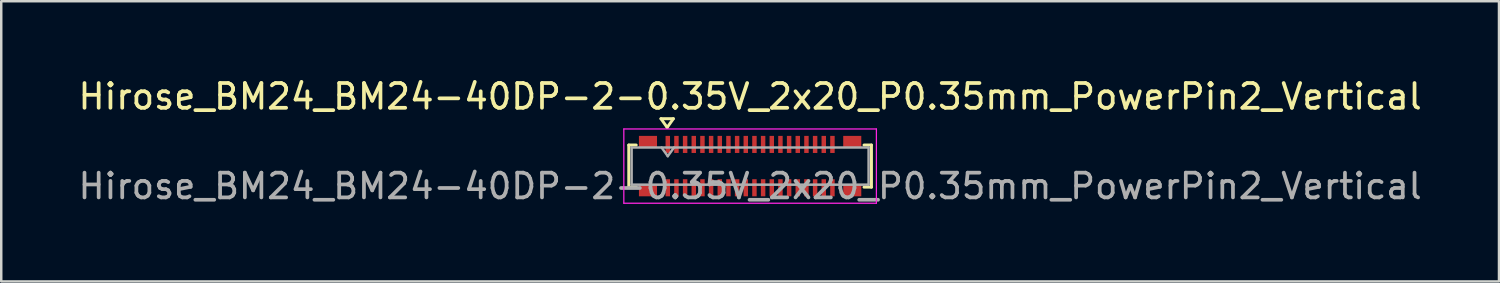
<source format=kicad_pcb>
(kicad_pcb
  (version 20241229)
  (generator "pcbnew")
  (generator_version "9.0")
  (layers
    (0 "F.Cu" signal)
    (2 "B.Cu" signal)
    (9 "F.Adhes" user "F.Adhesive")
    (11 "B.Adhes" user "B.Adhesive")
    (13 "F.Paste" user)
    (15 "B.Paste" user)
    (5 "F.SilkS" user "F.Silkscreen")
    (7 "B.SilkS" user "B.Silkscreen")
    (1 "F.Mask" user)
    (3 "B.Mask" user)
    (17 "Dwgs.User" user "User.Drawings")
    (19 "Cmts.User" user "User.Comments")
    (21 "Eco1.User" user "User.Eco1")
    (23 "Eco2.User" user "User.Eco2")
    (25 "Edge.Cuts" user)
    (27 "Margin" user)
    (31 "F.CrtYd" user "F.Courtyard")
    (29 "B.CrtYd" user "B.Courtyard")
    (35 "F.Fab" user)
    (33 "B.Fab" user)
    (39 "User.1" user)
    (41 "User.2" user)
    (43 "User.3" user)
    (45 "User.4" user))
  (footprint "Hirose_BM24_BM24-40DP-2-0.35V_2x20_P0.35mm_PowerPin2_Vertical"
    (layer "F.Cu")
    (at 27.244 3.658)
    (property "Reference" "Hirose_BM24_BM24-40DP-2-0.35V_2x20_P0.35mm_PowerPin2_Vertical" (at 0 -2.81 0) (layer "F.SilkS") (effects (font (size 1 1) (thickness 0.15))))
    (attr smd)
    (fp_line (start -4.9 -0.85) (end -4.9 0.85) (stroke (width 0.12) (type solid)) (layer "F.SilkS"))
    (fp_line (start -4.9 -0.85) (end -4.6 -0.85) (stroke (width 0.12) (type solid)) (layer "F.SilkS"))
    (fp_line (start -4.9 0.85) (end -4.6 0.85) (stroke (width 0.12) (type solid)) (layer "F.SilkS"))
    (fp_line (start -3.6 -1.914) (end -3.35 -1.56) (stroke (width 0.12) (type solid)) (layer "F.SilkS"))
    (fp_line (start -3.35 -1.56) (end -3.1 -1.914) (stroke (width 0.12) (type solid)) (layer "F.SilkS"))
    (fp_line (start -3.1 -1.914) (end -3.6 -1.914) (stroke (width 0.12) (type solid)) (layer "F.SilkS"))
    (fp_line (start 4.9 -0.85) (end 4.6 -0.85) (stroke (width 0.12) (type solid)) (layer "F.SilkS"))
    (fp_line (start 4.9 -0.85) (end 4.9 0.85) (stroke (width 0.12) (type solid)) (layer "F.SilkS"))
    (fp_line (start 4.9 0.85) (end 4.6 0.85) (stroke (width 0.12) (type solid)) (layer "F.SilkS"))
    (fp_line (start -5.1 -1.5) (end -5.1 1.5) (stroke (width 0.05) (type solid)) (layer "F.CrtYd"))
    (fp_line (start -5.1 1.5) (end 5.1 1.5) (stroke (width 0.05) (type solid)) (layer "F.CrtYd"))
    (fp_line (start 5.1 -1.5) (end -5.1 -1.5) (stroke (width 0.05) (type solid)) (layer "F.CrtYd"))
    (fp_line (start 5.1 1.5) (end 5.1 -1.5) (stroke (width 0.05) (type solid)) (layer "F.CrtYd"))
    (fp_line (start -4.785 -0.75) (end -4.785 0.75) (stroke (width 0.1) (type solid)) (layer "F.Fab"))
    (fp_line (start -4.785 -0.75) (end 4.785 -0.75) (stroke (width 0.1) (type solid)) (layer "F.Fab"))
    (fp_line (start -4.785 0.75) (end 4.785 0.75) (stroke (width 0.1) (type solid)) (layer "F.Fab"))
    (fp_line (start -3.575 -0.75) (end -3.325 -0.4) (stroke (width 0.1) (type solid)) (layer "F.Fab"))
    (fp_line (start -3.325 -0.4) (end -3.075 -0.75) (stroke (width 0.1) (type solid)) (layer "F.Fab"))
    (fp_line (start 4.785 -0.75) (end 4.785 0.75) (stroke (width 0.1) (type solid)) (layer "F.Fab"))
    (fp_text user "${REFERENCE}" (at 0 0.81 0) (layer "F.Fab") (effects (font (size 1 1) (thickness 0.15))))
    (pad "1" smd rect (at -3.325 -0.875) (size 0.18 0.69) (layers "F.Cu" "F.Mask" "F.Paste"))
    (pad "2" smd rect (at -3.325 0.875) (size 0.18 0.69) (layers "F.Cu" "F.Mask" "F.Paste"))
    (pad "3" smd rect (at -2.975 -0.875) (size 0.18 0.69) (layers "F.Cu" "F.Mask" "F.Paste"))
    (pad "4" smd rect (at -2.975 0.875) (size 0.18 0.69) (layers "F.Cu" "F.Mask" "F.Paste"))
    (pad "5" smd rect (at -2.625 -0.875) (size 0.18 0.69) (layers "F.Cu" "F.Mask" "F.Paste"))
    (pad "6" smd rect (at -2.625 0.875) (size 0.18 0.69) (layers "F.Cu" "F.Mask" "F.Paste"))
    (pad "7" smd rect (at -2.275 -0.875) (size 0.18 0.69) (layers "F.Cu" "F.Mask" "F.Paste"))
    (pad "8" smd rect (at -2.275 0.875) (size 0.18 0.69) (layers "F.Cu" "F.Mask" "F.Paste"))
    (pad "9" smd rect (at -1.925 -0.875) (size 0.18 0.69) (layers "F.Cu" "F.Mask" "F.Paste"))
    (pad "10" smd rect (at -1.925 0.875) (size 0.18 0.69) (layers "F.Cu" "F.Mask" "F.Paste"))
    (pad "11" smd rect (at -1.575 -0.875) (size 0.18 0.69) (layers "F.Cu" "F.Mask" "F.Paste"))
    (pad "12" smd rect (at -1.575 0.875) (size 0.18 0.69) (layers "F.Cu" "F.Mask" "F.Paste"))
    (pad "13" smd rect (at -1.225 -0.875) (size 0.18 0.69) (layers "F.Cu" "F.Mask" "F.Paste"))
    (pad "14" smd rect (at -1.225 0.875) (size 0.18 0.69) (layers "F.Cu" "F.Mask" "F.Paste"))
    (pad "15" smd rect (at -0.875 -0.875) (size 0.18 0.69) (layers "F.Cu" "F.Mask" "F.Paste"))
    (pad "16" smd rect (at -0.875 0.875) (size 0.18 0.69) (layers "F.Cu" "F.Mask" "F.Paste"))
    (pad "17" smd rect (at -0.525 -0.875) (size 0.18 0.69) (layers "F.Cu" "F.Mask" "F.Paste"))
    (pad "18" smd rect (at -0.525 0.875) (size 0.18 0.69) (layers "F.Cu" "F.Mask" "F.Paste"))
    (pad "19" smd rect (at -0.175 -0.875) (size 0.18 0.69) (layers "F.Cu" "F.Mask" "F.Paste"))
    (pad "20" smd rect (at -0.175 0.875) (size 0.18 0.69) (layers "F.Cu" "F.Mask" "F.Paste"))
    (pad "21" smd rect (at 0.175 -0.875) (size 0.18 0.69) (layers "F.Cu" "F.Mask" "F.Paste"))
    (pad "22" smd rect (at 0.175 0.875) (size 0.18 0.69) (layers "F.Cu" "F.Mask" "F.Paste"))
    (pad "23" smd rect (at 0.525 -0.875) (size 0.18 0.69) (layers "F.Cu" "F.Mask" "F.Paste"))
    (pad "24" smd rect (at 0.525 0.875) (size 0.18 0.69) (layers "F.Cu" "F.Mask" "F.Paste"))
    (pad "25" smd rect (at 0.875 -0.875) (size 0.18 0.69) (layers "F.Cu" "F.Mask" "F.Paste"))
    (pad "26" smd rect (at 0.875 0.875) (size 0.18 0.69) (layers "F.Cu" "F.Mask" "F.Paste"))
    (pad "27" smd rect (at 1.225 -0.875) (size 0.18 0.69) (layers "F.Cu" "F.Mask" "F.Paste"))
    (pad "28" smd rect (at 1.225 0.875) (size 0.18 0.69) (layers "F.Cu" "F.Mask" "F.Paste"))
    (pad "29" smd rect (at 1.575 -0.875) (size 0.18 0.69) (layers "F.Cu" "F.Mask" "F.Paste"))
    (pad "30" smd rect (at 1.575 0.875) (size 0.18 0.69) (layers "F.Cu" "F.Mask" "F.Paste"))
    (pad "31" smd rect (at 1.925 -0.875) (size 0.18 0.69) (layers "F.Cu" "F.Mask" "F.Paste"))
    (pad "32" smd rect (at 1.925 0.875) (size 0.18 0.69) (layers "F.Cu" "F.Mask" "F.Paste"))
    (pad "33" smd rect (at 2.275 -0.875) (size 0.18 0.69) (layers "F.Cu" "F.Mask" "F.Paste"))
    (pad "34" smd rect (at 2.275 0.875) (size 0.18 0.69) (layers "F.Cu" "F.Mask" "F.Paste"))
    (pad "35" smd rect (at 2.625 -0.875) (size 0.18 0.69) (layers "F.Cu" "F.Mask" "F.Paste"))
    (pad "36" smd rect (at 2.625 0.875) (size 0.18 0.69) (layers "F.Cu" "F.Mask" "F.Paste"))
    (pad "37" smd rect (at 2.975 -0.875) (size 0.18 0.69) (layers "F.Cu" "F.Mask" "F.Paste"))
    (pad "38" smd rect (at 2.975 0.875) (size 0.18 0.69) (layers "F.Cu" "F.Mask" "F.Paste"))
    (pad "39" smd rect (at 3.325 -0.875) (size 0.18 0.69) (layers "F.Cu" "F.Mask" "F.Paste"))
    (pad "40" smd rect (at 3.325 0.875) (size 0.18 0.69) (layers "F.Cu" "F.Mask" "F.Paste"))
    (pad "41" smd rect (at -4.125 -0.975) (size 0.73 0.49) (layers "F.Cu" "F.Mask" "F.Paste"))
    (pad "41" smd rect (at -4.125 0.975) (size 0.73 0.49) (layers "F.Cu" "F.Mask" "F.Paste"))
    (pad "42" smd rect (at 4.125 -0.975) (size 0.73 0.49) (layers "F.Cu" "F.Mask" "F.Paste"))
    (pad "42" smd rect (at 4.125 0.975) (size 0.73 0.49) (layers "F.Cu" "F.Mask" "F.Paste")))
  (gr_rect
    (start -3 -3)
    (end 57.488 8.316)
    (stroke (width 0.1) (type default))
    (fill no)
    (layer "Edge.Cuts")))
</source>
